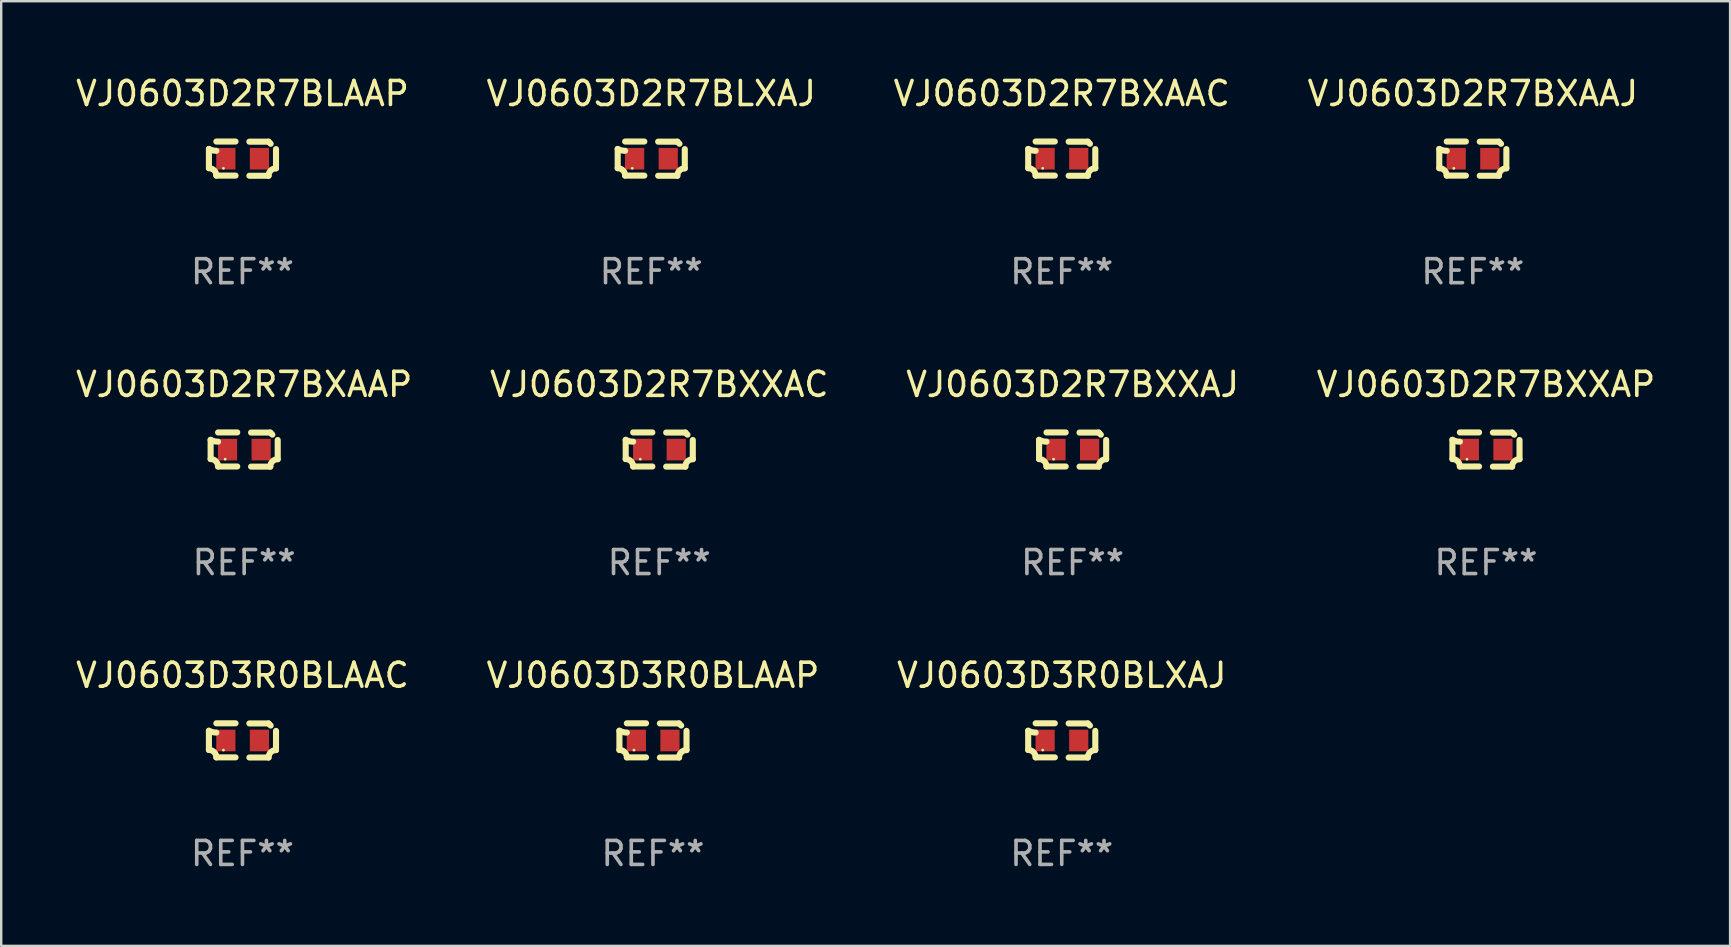
<source format=kicad_pcb>
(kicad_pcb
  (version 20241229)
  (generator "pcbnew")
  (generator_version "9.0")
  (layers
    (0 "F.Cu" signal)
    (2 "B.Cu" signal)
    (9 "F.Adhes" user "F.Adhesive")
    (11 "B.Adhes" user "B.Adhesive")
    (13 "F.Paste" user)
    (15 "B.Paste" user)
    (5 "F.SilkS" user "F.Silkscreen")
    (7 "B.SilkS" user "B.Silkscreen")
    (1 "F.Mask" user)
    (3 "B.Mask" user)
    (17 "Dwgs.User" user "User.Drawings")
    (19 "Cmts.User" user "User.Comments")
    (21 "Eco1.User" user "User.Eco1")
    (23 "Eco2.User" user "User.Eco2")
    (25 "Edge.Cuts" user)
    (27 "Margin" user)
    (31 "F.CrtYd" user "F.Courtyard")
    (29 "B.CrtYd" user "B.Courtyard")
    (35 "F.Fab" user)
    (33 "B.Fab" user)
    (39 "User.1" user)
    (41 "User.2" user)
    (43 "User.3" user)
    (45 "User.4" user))
  (footprint "VJ0603D2R7BXXAP"
    (layer "F.Cu")
    (at 58.875 15.683)
    (property "Reference" "VJ0603D2R7BXXAP" (at 0 -2.713 0) (layer "F.SilkS") (effects (font (size 1 1) (thickness 0.15))))
    (attr through_hole)
    (fp_line (start -1.398 -0.403) (end -1.398 0.397) (stroke (width 0.254) (type solid)) (layer "F.SilkS"))
    (fp_line (start -0.288 -0.713) (end -1.088 -0.713) (stroke (width 0.254) (type solid)) (layer "F.SilkS"))
    (fp_line (start -0.288 0.707) (end -1.088 0.707) (stroke (width 0.254) (type solid)) (layer "F.SilkS"))
    (fp_line (start 0.288 -0.707) (end 1.088 -0.707) (stroke (width 0.254) (type solid)) (layer "F.SilkS"))
    (fp_line (start 0.288 0.713) (end 1.088 0.713) (stroke (width 0.254) (type solid)) (layer "F.SilkS"))
    (fp_line (start 1.398 -0.397) (end 1.398 0.403) (stroke (width 0.254) (type solid)) (layer "F.SilkS"))
    (fp_arc (start -1.397789 0.397066) (mid -1.178701 0.487826) (end -1.08796 0.706922) (stroke (width 0.254001) (type solid)) (layer "F.SilkS"))
    (fp_arc (start -1.08796 -0.327176) (mid -1.247436 -0.346384) (end -1.39779 -0.402908) (stroke (width 0.254001) (type solid)) (layer "F.SilkS"))
    (fp_arc (start 1.087909 0.712738) (mid 1.178656 0.493655) (end 1.397739 0.402908) (stroke (width 0.254001) (type solid)) (layer "F.SilkS"))
    (fp_arc (start 1.175925 -0.618926) (mid 1.131917 -0.662923) (end 1.08791 -0.706922) (stroke (width 0.254001) (type solid)) (layer "F.SilkS"))
    (fp_circle (center -0.792 0.403) (end -0.762 0.403) (stroke (width 0.06) (type solid)) (fill no) (layer "F.SilkS"))
    (fp_text user "REF**" (at 0 4.713 0) (layer "F.Fab") (effects (font (size 1 1) (thickness 0.15))))
    (pad "1" smd rect (at -0.692 0.003) (size 0.8 0.9) (layers "F.Cu" "F.Mask" "F.Paste"))
    (pad "2" smd rect (at 0.708 0.003) (size 0.8 0.9) (layers "F.Cu" "F.Mask" "F.Paste")))
  (footprint "VJ0603D2R7BLXAJ"
    (layer "F.Cu")
    (at 24.089 3.561)
    (property "Reference" "VJ0603D2R7BLXAJ" (at 0 -2.713 0) (layer "F.SilkS") (effects (font (size 1 1) (thickness 0.15))))
    (attr through_hole)
    (fp_line (start -1.398 -0.403) (end -1.398 0.397) (stroke (width 0.254) (type solid)) (layer "F.SilkS"))
    (fp_line (start -0.288 -0.713) (end -1.088 -0.713) (stroke (width 0.254) (type solid)) (layer "F.SilkS"))
    (fp_line (start -0.288 0.707) (end -1.088 0.707) (stroke (width 0.254) (type solid)) (layer "F.SilkS"))
    (fp_line (start 0.288 -0.707) (end 1.088 -0.707) (stroke (width 0.254) (type solid)) (layer "F.SilkS"))
    (fp_line (start 0.288 0.713) (end 1.088 0.713) (stroke (width 0.254) (type solid)) (layer "F.SilkS"))
    (fp_line (start 1.398 -0.397) (end 1.398 0.403) (stroke (width 0.254) (type solid)) (layer "F.SilkS"))
    (fp_arc (start -1.397789 0.397066) (mid -1.178701 0.487826) (end -1.08796 0.706922) (stroke (width 0.254001) (type solid)) (layer "F.SilkS"))
    (fp_arc (start -1.08796 -0.327176) (mid -1.247436 -0.346384) (end -1.39779 -0.402908) (stroke (width 0.254001) (type solid)) (layer "F.SilkS"))
    (fp_arc (start 1.087909 0.712738) (mid 1.178656 0.493655) (end 1.397739 0.402908) (stroke (width 0.254001) (type solid)) (layer "F.SilkS"))
    (fp_arc (start 1.175925 -0.618926) (mid 1.131917 -0.662923) (end 1.08791 -0.706922) (stroke (width 0.254001) (type solid)) (layer "F.SilkS"))
    (fp_circle (center -0.792 0.403) (end -0.762 0.403) (stroke (width 0.06) (type solid)) (fill no) (layer "F.SilkS"))
    (fp_text user "REF**" (at 0 4.713 0) (layer "F.Fab") (effects (font (size 1 1) (thickness 0.15))))
    (pad "1" smd rect (at -0.692 0.003) (size 0.8 0.9) (layers "F.Cu" "F.Mask" "F.Paste"))
    (pad "2" smd rect (at 0.708 0.003) (size 0.8 0.9) (layers "F.Cu" "F.Mask" "F.Paste")))
  (footprint "VJ0603D3R0BLAAP"
    (layer "F.Cu")
    (at 24.161 27.805)
    (property "Reference" "VJ0603D3R0BLAAP" (at 0 -2.713 0) (layer "F.SilkS") (effects (font (size 1 1) (thickness 0.15))))
    (attr through_hole)
    (fp_line (start -1.398 -0.403) (end -1.398 0.397) (stroke (width 0.254) (type solid)) (layer "F.SilkS"))
    (fp_line (start -0.288 -0.713) (end -1.088 -0.713) (stroke (width 0.254) (type solid)) (layer "F.SilkS"))
    (fp_line (start -0.288 0.707) (end -1.088 0.707) (stroke (width 0.254) (type solid)) (layer "F.SilkS"))
    (fp_line (start 0.288 -0.707) (end 1.088 -0.707) (stroke (width 0.254) (type solid)) (layer "F.SilkS"))
    (fp_line (start 0.288 0.713) (end 1.088 0.713) (stroke (width 0.254) (type solid)) (layer "F.SilkS"))
    (fp_line (start 1.398 -0.397) (end 1.398 0.403) (stroke (width 0.254) (type solid)) (layer "F.SilkS"))
    (fp_arc (start -1.397789 0.397066) (mid -1.178701 0.487826) (end -1.08796 0.706922) (stroke (width 0.254001) (type solid)) (layer "F.SilkS"))
    (fp_arc (start -1.08796 -0.327176) (mid -1.247436 -0.346384) (end -1.39779 -0.402908) (stroke (width 0.254001) (type solid)) (layer "F.SilkS"))
    (fp_arc (start 1.087909 0.712738) (mid 1.178656 0.493655) (end 1.397739 0.402908) (stroke (width 0.254001) (type solid)) (layer "F.SilkS"))
    (fp_arc (start 1.175925 -0.618926) (mid 1.131917 -0.662923) (end 1.08791 -0.706922) (stroke (width 0.254001) (type solid)) (layer "F.SilkS"))
    (fp_circle (center -0.792 0.403) (end -0.762 0.403) (stroke (width 0.06) (type solid)) (fill no) (layer "F.SilkS"))
    (fp_text user "REF**" (at 0 4.713 0) (layer "F.Fab") (effects (font (size 1 1) (thickness 0.15))))
    (pad "1" smd rect (at -0.692 0.003) (size 0.8 0.9) (layers "F.Cu" "F.Mask" "F.Paste"))
    (pad "2" smd rect (at 0.708 0.003) (size 0.8 0.9) (layers "F.Cu" "F.Mask" "F.Paste")))
  (footprint "VJ0603D3R0BLAAC"
    (layer "F.Cu")
    (at 7.054 27.805)
    (property "Reference" "VJ0603D3R0BLAAC" (at 0 -2.713 0) (layer "F.SilkS") (effects (font (size 1 1) (thickness 0.15))))
    (attr through_hole)
    (fp_line (start -1.398 -0.403) (end -1.398 0.397) (stroke (width 0.254) (type solid)) (layer "F.SilkS"))
    (fp_line (start -0.288 -0.713) (end -1.088 -0.713) (stroke (width 0.254) (type solid)) (layer "F.SilkS"))
    (fp_line (start -0.288 0.707) (end -1.088 0.707) (stroke (width 0.254) (type solid)) (layer "F.SilkS"))
    (fp_line (start 0.288 -0.707) (end 1.088 -0.707) (stroke (width 0.254) (type solid)) (layer "F.SilkS"))
    (fp_line (start 0.288 0.713) (end 1.088 0.713) (stroke (width 0.254) (type solid)) (layer "F.SilkS"))
    (fp_line (start 1.398 -0.397) (end 1.398 0.403) (stroke (width 0.254) (type solid)) (layer "F.SilkS"))
    (fp_arc (start -1.397789 0.397066) (mid -1.178701 0.487826) (end -1.08796 0.706922) (stroke (width 0.254001) (type solid)) (layer "F.SilkS"))
    (fp_arc (start -1.08796 -0.327176) (mid -1.247436 -0.346384) (end -1.39779 -0.402908) (stroke (width 0.254001) (type solid)) (layer "F.SilkS"))
    (fp_arc (start 1.087909 0.712738) (mid 1.178656 0.493655) (end 1.397739 0.402908) (stroke (width 0.254001) (type solid)) (layer "F.SilkS"))
    (fp_arc (start 1.175925 -0.618926) (mid 1.131917 -0.662923) (end 1.08791 -0.706922) (stroke (width 0.254001) (type solid)) (layer "F.SilkS"))
    (fp_circle (center -0.792 0.403) (end -0.762 0.403) (stroke (width 0.06) (type solid)) (fill no) (layer "F.SilkS"))
    (fp_text user "REF**" (at 0 4.713 0) (layer "F.Fab") (effects (font (size 1 1) (thickness 0.15))))
    (pad "1" smd rect (at -0.692 0.003) (size 0.8 0.9) (layers "F.Cu" "F.Mask" "F.Paste"))
    (pad "2" smd rect (at 0.708 0.003) (size 0.8 0.9) (layers "F.Cu" "F.Mask" "F.Paste")))
  (footprint "VJ0603D2R7BXAAC"
    (layer "F.Cu")
    (at 41.196 3.561)
    (property "Reference" "VJ0603D2R7BXAAC" (at 0 -2.713 0) (layer "F.SilkS") (effects (font (size 1 1) (thickness 0.15))))
    (attr through_hole)
    (fp_line (start -1.398 -0.403) (end -1.398 0.397) (stroke (width 0.254) (type solid)) (layer "F.SilkS"))
    (fp_line (start -0.288 -0.713) (end -1.088 -0.713) (stroke (width 0.254) (type solid)) (layer "F.SilkS"))
    (fp_line (start -0.288 0.707) (end -1.088 0.707) (stroke (width 0.254) (type solid)) (layer "F.SilkS"))
    (fp_line (start 0.288 -0.707) (end 1.088 -0.707) (stroke (width 0.254) (type solid)) (layer "F.SilkS"))
    (fp_line (start 0.288 0.713) (end 1.088 0.713) (stroke (width 0.254) (type solid)) (layer "F.SilkS"))
    (fp_line (start 1.398 -0.397) (end 1.398 0.403) (stroke (width 0.254) (type solid)) (layer "F.SilkS"))
    (fp_arc (start -1.397789 0.397066) (mid -1.178701 0.487826) (end -1.08796 0.706922) (stroke (width 0.254001) (type solid)) (layer "F.SilkS"))
    (fp_arc (start -1.08796 -0.327176) (mid -1.247436 -0.346384) (end -1.39779 -0.402908) (stroke (width 0.254001) (type solid)) (layer "F.SilkS"))
    (fp_arc (start 1.087909 0.712738) (mid 1.178656 0.493655) (end 1.397739 0.402908) (stroke (width 0.254001) (type solid)) (layer "F.SilkS"))
    (fp_arc (start 1.175925 -0.618926) (mid 1.131917 -0.662923) (end 1.08791 -0.706922) (stroke (width 0.254001) (type solid)) (layer "F.SilkS"))
    (fp_circle (center -0.792 0.403) (end -0.762 0.403) (stroke (width 0.06) (type solid)) (fill no) (layer "F.SilkS"))
    (fp_text user "REF**" (at 0 4.713 0) (layer "F.Fab") (effects (font (size 1 1) (thickness 0.15))))
    (pad "1" smd rect (at -0.692 0.003) (size 0.8 0.9) (layers "F.Cu" "F.Mask" "F.Paste"))
    (pad "2" smd rect (at 0.708 0.003) (size 0.8 0.9) (layers "F.Cu" "F.Mask" "F.Paste")))
  (footprint "VJ0603D3R0BLXAJ"
    (layer "F.Cu")
    (at 41.196 27.805)
    (property "Reference" "VJ0603D3R0BLXAJ" (at 0 -2.713 0) (layer "F.SilkS") (effects (font (size 1 1) (thickness 0.15))))
    (attr through_hole)
    (fp_line (start -1.398 -0.403) (end -1.398 0.397) (stroke (width 0.254) (type solid)) (layer "F.SilkS"))
    (fp_line (start -0.288 -0.713) (end -1.088 -0.713) (stroke (width 0.254) (type solid)) (layer "F.SilkS"))
    (fp_line (start -0.288 0.707) (end -1.088 0.707) (stroke (width 0.254) (type solid)) (layer "F.SilkS"))
    (fp_line (start 0.288 -0.707) (end 1.088 -0.707) (stroke (width 0.254) (type solid)) (layer "F.SilkS"))
    (fp_line (start 0.288 0.713) (end 1.088 0.713) (stroke (width 0.254) (type solid)) (layer "F.SilkS"))
    (fp_line (start 1.398 -0.397) (end 1.398 0.403) (stroke (width 0.254) (type solid)) (layer "F.SilkS"))
    (fp_arc (start -1.397789 0.397066) (mid -1.178701 0.487826) (end -1.08796 0.706922) (stroke (width 0.254001) (type solid)) (layer "F.SilkS"))
    (fp_arc (start -1.08796 -0.327176) (mid -1.247436 -0.346384) (end -1.39779 -0.402908) (stroke (width 0.254001) (type solid)) (layer "F.SilkS"))
    (fp_arc (start 1.087909 0.712738) (mid 1.178656 0.493655) (end 1.397739 0.402908) (stroke (width 0.254001) (type solid)) (layer "F.SilkS"))
    (fp_arc (start 1.175925 -0.618926) (mid 1.131917 -0.662923) (end 1.08791 -0.706922) (stroke (width 0.254001) (type solid)) (layer "F.SilkS"))
    (fp_circle (center -0.792 0.403) (end -0.762 0.403) (stroke (width 0.06) (type solid)) (fill no) (layer "F.SilkS"))
    (fp_text user "REF**" (at 0 4.713 0) (layer "F.Fab") (effects (font (size 1 1) (thickness 0.15))))
    (pad "1" smd rect (at -0.692 0.003) (size 0.8 0.9) (layers "F.Cu" "F.Mask" "F.Paste"))
    (pad "2" smd rect (at 0.708 0.003) (size 0.8 0.9) (layers "F.Cu" "F.Mask" "F.Paste")))
  (footprint "VJ0603D2R7BXXAJ"
    (layer "F.Cu")
    (at 41.649 15.683)
    (property "Reference" "VJ0603D2R7BXXAJ" (at 0 -2.713 0) (layer "F.SilkS") (effects (font (size 1 1) (thickness 0.15))))
    (attr through_hole)
    (fp_line (start -1.398 -0.403) (end -1.398 0.397) (stroke (width 0.254) (type solid)) (layer "F.SilkS"))
    (fp_line (start -0.288 -0.713) (end -1.088 -0.713) (stroke (width 0.254) (type solid)) (layer "F.SilkS"))
    (fp_line (start -0.288 0.707) (end -1.088 0.707) (stroke (width 0.254) (type solid)) (layer "F.SilkS"))
    (fp_line (start 0.288 -0.707) (end 1.088 -0.707) (stroke (width 0.254) (type solid)) (layer "F.SilkS"))
    (fp_line (start 0.288 0.713) (end 1.088 0.713) (stroke (width 0.254) (type solid)) (layer "F.SilkS"))
    (fp_line (start 1.398 -0.397) (end 1.398 0.403) (stroke (width 0.254) (type solid)) (layer "F.SilkS"))
    (fp_arc (start -1.397789 0.397066) (mid -1.178701 0.487826) (end -1.08796 0.706922) (stroke (width 0.254001) (type solid)) (layer "F.SilkS"))
    (fp_arc (start -1.08796 -0.327176) (mid -1.247436 -0.346384) (end -1.39779 -0.402908) (stroke (width 0.254001) (type solid)) (layer "F.SilkS"))
    (fp_arc (start 1.087909 0.712738) (mid 1.178656 0.493655) (end 1.397739 0.402908) (stroke (width 0.254001) (type solid)) (layer "F.SilkS"))
    (fp_arc (start 1.175925 -0.618926) (mid 1.131917 -0.662923) (end 1.08791 -0.706922) (stroke (width 0.254001) (type solid)) (layer "F.SilkS"))
    (fp_circle (center -0.792 0.403) (end -0.762 0.403) (stroke (width 0.06) (type solid)) (fill no) (layer "F.SilkS"))
    (fp_text user "REF**" (at 0 4.713 0) (layer "F.Fab") (effects (font (size 1 1) (thickness 0.15))))
    (pad "1" smd rect (at -0.692 0.003) (size 0.8 0.9) (layers "F.Cu" "F.Mask" "F.Paste"))
    (pad "2" smd rect (at 0.708 0.003) (size 0.8 0.9) (layers "F.Cu" "F.Mask" "F.Paste")))
  (footprint "VJ0603D2R7BXAAJ"
    (layer "F.Cu")
    (at 58.327 3.561)
    (property "Reference" "VJ0603D2R7BXAAJ" (at 0 -2.713 0) (layer "F.SilkS") (effects (font (size 1 1) (thickness 0.15))))
    (attr through_hole)
    (fp_line (start -1.398 -0.403) (end -1.398 0.397) (stroke (width 0.254) (type solid)) (layer "F.SilkS"))
    (fp_line (start -0.288 -0.713) (end -1.088 -0.713) (stroke (width 0.254) (type solid)) (layer "F.SilkS"))
    (fp_line (start -0.288 0.707) (end -1.088 0.707) (stroke (width 0.254) (type solid)) (layer "F.SilkS"))
    (fp_line (start 0.288 -0.707) (end 1.088 -0.707) (stroke (width 0.254) (type solid)) (layer "F.SilkS"))
    (fp_line (start 0.288 0.713) (end 1.088 0.713) (stroke (width 0.254) (type solid)) (layer "F.SilkS"))
    (fp_line (start 1.398 -0.397) (end 1.398 0.403) (stroke (width 0.254) (type solid)) (layer "F.SilkS"))
    (fp_arc (start -1.397789 0.397066) (mid -1.178701 0.487826) (end -1.08796 0.706922) (stroke (width 0.254001) (type solid)) (layer "F.SilkS"))
    (fp_arc (start -1.08796 -0.327176) (mid -1.247436 -0.346384) (end -1.39779 -0.402908) (stroke (width 0.254001) (type solid)) (layer "F.SilkS"))
    (fp_arc (start 1.087909 0.712738) (mid 1.178656 0.493655) (end 1.397739 0.402908) (stroke (width 0.254001) (type solid)) (layer "F.SilkS"))
    (fp_arc (start 1.175925 -0.618926) (mid 1.131917 -0.662923) (end 1.08791 -0.706922) (stroke (width 0.254001) (type solid)) (layer "F.SilkS"))
    (fp_circle (center -0.792 0.403) (end -0.762 0.403) (stroke (width 0.06) (type solid)) (fill no) (layer "F.SilkS"))
    (fp_text user "REF**" (at 0 4.713 0) (layer "F.Fab") (effects (font (size 1 1) (thickness 0.15))))
    (pad "1" smd rect (at -0.692 0.003) (size 0.8 0.9) (layers "F.Cu" "F.Mask" "F.Paste"))
    (pad "2" smd rect (at 0.708 0.003) (size 0.8 0.9) (layers "F.Cu" "F.Mask" "F.Paste")))
  (footprint "VJ0603D2R7BLAAP"
    (layer "F.Cu")
    (at 7.054 3.561)
    (property "Reference" "VJ0603D2R7BLAAP" (at 0 -2.713 0) (layer "F.SilkS") (effects (font (size 1 1) (thickness 0.15))))
    (attr through_hole)
    (fp_line (start -1.398 -0.403) (end -1.398 0.397) (stroke (width 0.254) (type solid)) (layer "F.SilkS"))
    (fp_line (start -0.288 -0.713) (end -1.088 -0.713) (stroke (width 0.254) (type solid)) (layer "F.SilkS"))
    (fp_line (start -0.288 0.707) (end -1.088 0.707) (stroke (width 0.254) (type solid)) (layer "F.SilkS"))
    (fp_line (start 0.288 -0.707) (end 1.088 -0.707) (stroke (width 0.254) (type solid)) (layer "F.SilkS"))
    (fp_line (start 0.288 0.713) (end 1.088 0.713) (stroke (width 0.254) (type solid)) (layer "F.SilkS"))
    (fp_line (start 1.398 -0.397) (end 1.398 0.403) (stroke (width 0.254) (type solid)) (layer "F.SilkS"))
    (fp_arc (start -1.397789 0.397066) (mid -1.178701 0.487826) (end -1.08796 0.706922) (stroke (width 0.254001) (type solid)) (layer "F.SilkS"))
    (fp_arc (start -1.08796 -0.327176) (mid -1.247436 -0.346384) (end -1.39779 -0.402908) (stroke (width 0.254001) (type solid)) (layer "F.SilkS"))
    (fp_arc (start 1.087909 0.712738) (mid 1.178656 0.493655) (end 1.397739 0.402908) (stroke (width 0.254001) (type solid)) (layer "F.SilkS"))
    (fp_arc (start 1.175925 -0.618926) (mid 1.131917 -0.662923) (end 1.08791 -0.706922) (stroke (width 0.254001) (type solid)) (layer "F.SilkS"))
    (fp_circle (center -0.792 0.403) (end -0.762 0.403) (stroke (width 0.06) (type solid)) (fill no) (layer "F.SilkS"))
    (fp_text user "REF**" (at 0 4.713 0) (layer "F.Fab") (effects (font (size 1 1) (thickness 0.15))))
    (pad "1" smd rect (at -0.692 0.003) (size 0.8 0.9) (layers "F.Cu" "F.Mask" "F.Paste"))
    (pad "2" smd rect (at 0.708 0.003) (size 0.8 0.9) (layers "F.Cu" "F.Mask" "F.Paste")))
  (footprint "VJ0603D2R7BXAAP"
    (layer "F.Cu")
    (at 7.125 15.683)
    (property "Reference" "VJ0603D2R7BXAAP" (at 0 -2.713 0) (layer "F.SilkS") (effects (font (size 1 1) (thickness 0.15))))
    (attr through_hole)
    (fp_line (start -1.398 -0.403) (end -1.398 0.397) (stroke (width 0.254) (type solid)) (layer "F.SilkS"))
    (fp_line (start -0.288 -0.713) (end -1.088 -0.713) (stroke (width 0.254) (type solid)) (layer "F.SilkS"))
    (fp_line (start -0.288 0.707) (end -1.088 0.707) (stroke (width 0.254) (type solid)) (layer "F.SilkS"))
    (fp_line (start 0.288 -0.707) (end 1.088 -0.707) (stroke (width 0.254) (type solid)) (layer "F.SilkS"))
    (fp_line (start 0.288 0.713) (end 1.088 0.713) (stroke (width 0.254) (type solid)) (layer "F.SilkS"))
    (fp_line (start 1.398 -0.397) (end 1.398 0.403) (stroke (width 0.254) (type solid)) (layer "F.SilkS"))
    (fp_arc (start -1.397789 0.397066) (mid -1.178701 0.487826) (end -1.08796 0.706922) (stroke (width 0.254001) (type solid)) (layer "F.SilkS"))
    (fp_arc (start -1.08796 -0.327176) (mid -1.247436 -0.346384) (end -1.39779 -0.402908) (stroke (width 0.254001) (type solid)) (layer "F.SilkS"))
    (fp_arc (start 1.087909 0.712738) (mid 1.178656 0.493655) (end 1.397739 0.402908) (stroke (width 0.254001) (type solid)) (layer "F.SilkS"))
    (fp_arc (start 1.175925 -0.618926) (mid 1.131917 -0.662923) (end 1.08791 -0.706922) (stroke (width 0.254001) (type solid)) (layer "F.SilkS"))
    (fp_circle (center -0.792 0.403) (end -0.762 0.403) (stroke (width 0.06) (type solid)) (fill no) (layer "F.SilkS"))
    (fp_text user "REF**" (at 0 4.713 0) (layer "F.Fab") (effects (font (size 1 1) (thickness 0.15))))
    (pad "1" smd rect (at -0.692 0.003) (size 0.8 0.9) (layers "F.Cu" "F.Mask" "F.Paste"))
    (pad "2" smd rect (at 0.708 0.003) (size 0.8 0.9) (layers "F.Cu" "F.Mask" "F.Paste")))
  (footprint "VJ0603D2R7BXXAC"
    (layer "F.Cu")
    (at 24.423 15.683)
    (property "Reference" "VJ0603D2R7BXXAC" (at 0 -2.713 0) (layer "F.SilkS") (effects (font (size 1 1) (thickness 0.15))))
    (attr through_hole)
    (fp_line (start -1.398 -0.403) (end -1.398 0.397) (stroke (width 0.254) (type solid)) (layer "F.SilkS"))
    (fp_line (start -0.288 -0.713) (end -1.088 -0.713) (stroke (width 0.254) (type solid)) (layer "F.SilkS"))
    (fp_line (start -0.288 0.707) (end -1.088 0.707) (stroke (width 0.254) (type solid)) (layer "F.SilkS"))
    (fp_line (start 0.288 -0.707) (end 1.088 -0.707) (stroke (width 0.254) (type solid)) (layer "F.SilkS"))
    (fp_line (start 0.288 0.713) (end 1.088 0.713) (stroke (width 0.254) (type solid)) (layer "F.SilkS"))
    (fp_line (start 1.398 -0.397) (end 1.398 0.403) (stroke (width 0.254) (type solid)) (layer "F.SilkS"))
    (fp_arc (start -1.397789 0.397066) (mid -1.178701 0.487826) (end -1.08796 0.706922) (stroke (width 0.254001) (type solid)) (layer "F.SilkS"))
    (fp_arc (start -1.08796 -0.327176) (mid -1.247436 -0.346384) (end -1.39779 -0.402908) (stroke (width 0.254001) (type solid)) (layer "F.SilkS"))
    (fp_arc (start 1.087909 0.712738) (mid 1.178656 0.493655) (end 1.397739 0.402908) (stroke (width 0.254001) (type solid)) (layer "F.SilkS"))
    (fp_arc (start 1.175925 -0.618926) (mid 1.131917 -0.662923) (end 1.08791 -0.706922) (stroke (width 0.254001) (type solid)) (layer "F.SilkS"))
    (fp_circle (center -0.792 0.403) (end -0.762 0.403) (stroke (width 0.06) (type solid)) (fill no) (layer "F.SilkS"))
    (fp_text user "REF**" (at 0 4.713 0) (layer "F.Fab") (effects (font (size 1 1) (thickness 0.15))))
    (pad "1" smd rect (at -0.692 0.003) (size 0.8 0.9) (layers "F.Cu" "F.Mask" "F.Paste"))
    (pad "2" smd rect (at 0.708 0.003) (size 0.8 0.9) (layers "F.Cu" "F.Mask" "F.Paste")))
  (gr_rect
    (start -3 -3)
    (end 69.048 36.366)
    (stroke (width 0.1) (type default))
    (fill no)
    (layer "Edge.Cuts")))
</source>
